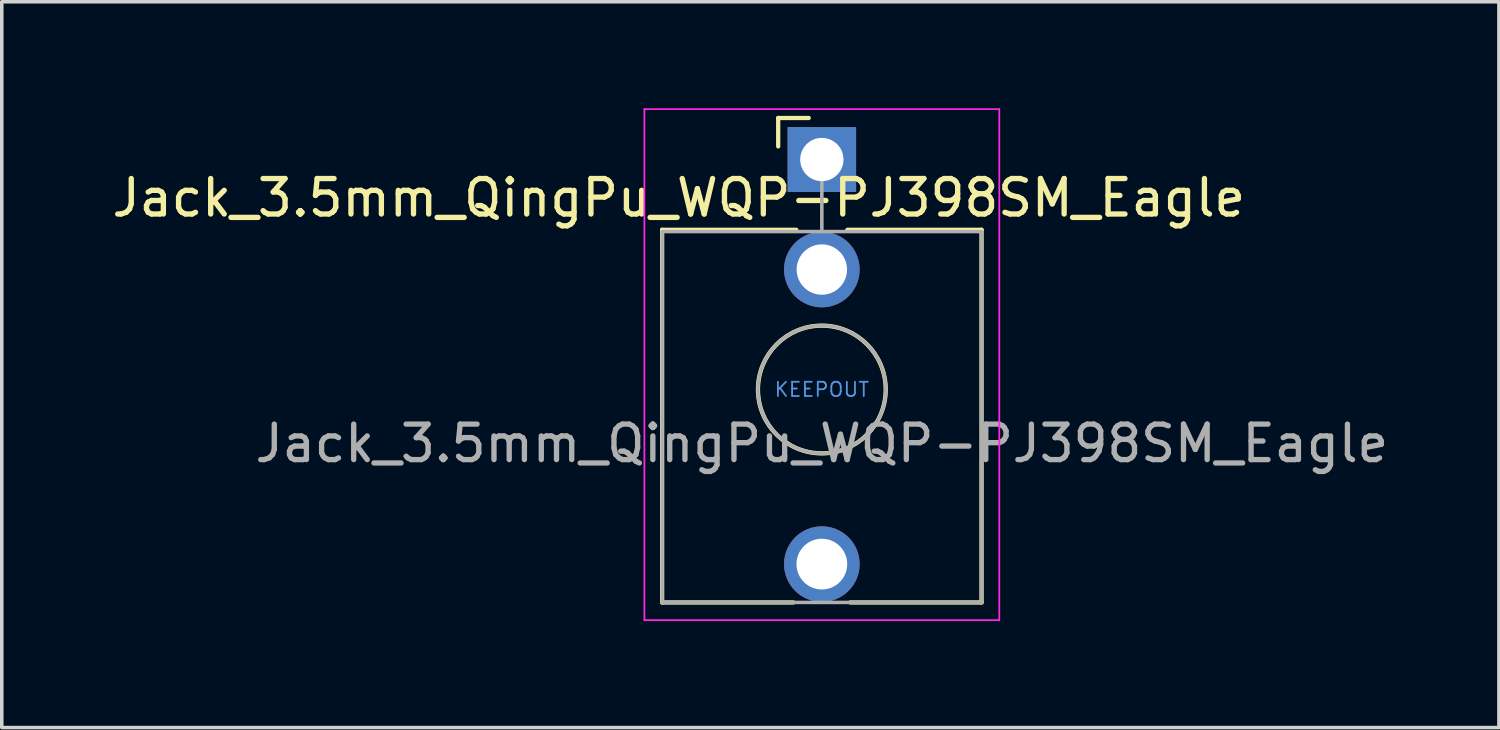
<source format=kicad_pcb>
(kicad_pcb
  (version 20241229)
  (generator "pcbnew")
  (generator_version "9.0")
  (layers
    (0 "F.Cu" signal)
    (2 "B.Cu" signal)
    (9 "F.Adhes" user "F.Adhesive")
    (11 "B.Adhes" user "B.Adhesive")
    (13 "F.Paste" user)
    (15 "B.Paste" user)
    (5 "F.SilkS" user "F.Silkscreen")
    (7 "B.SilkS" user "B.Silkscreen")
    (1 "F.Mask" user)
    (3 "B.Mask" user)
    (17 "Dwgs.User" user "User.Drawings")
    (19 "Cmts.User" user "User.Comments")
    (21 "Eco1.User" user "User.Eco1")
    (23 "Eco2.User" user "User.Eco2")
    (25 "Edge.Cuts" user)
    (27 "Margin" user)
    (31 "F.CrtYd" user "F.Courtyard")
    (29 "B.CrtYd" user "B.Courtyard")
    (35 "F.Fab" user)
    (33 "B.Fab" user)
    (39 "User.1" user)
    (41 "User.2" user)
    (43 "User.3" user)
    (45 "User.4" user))
  (footprint "Jack_3.5mm_QingPu_WQP-PJ398SM_Eagle"
    (layer "F.Cu")
    (at 20.107 1.445)
    (property "Reference" "Jack_3.5mm_QingPu_WQP-PJ398SM_Eagle" (at -4.03 1.08 180) (layer "F.SilkS") (effects (font (size 1 1) (thickness 0.15))))
    (attr through_hole)
    (fp_line (start -4.5 1.98) (end -4.5 12.48) (stroke (width 0.12) (type solid)) (layer "F.SilkS"))
    (fp_line (start -1.23 -1.17) (end -1.23 -0.37) (stroke (width 0.12) (type solid)) (layer "F.SilkS"))
    (fp_line (start -1.23 -1.17) (end -0.37 -1.17) (stroke (width 0.12) (type solid)) (layer "F.SilkS"))
    (fp_line (start -0.8 12.48) (end -4.5 12.48) (stroke (width 0.12) (type solid)) (layer "F.SilkS"))
    (fp_line (start -0.72 1.98) (end -4.5 1.98) (stroke (width 0.12) (type solid)) (layer "F.SilkS"))
    (fp_line (start 4.5 1.98) (end 0.72 1.98) (stroke (width 0.12) (type solid)) (layer "F.SilkS"))
    (fp_line (start 4.5 1.98) (end 4.5 12.48) (stroke (width 0.12) (type solid)) (layer "F.SilkS"))
    (fp_line (start 4.5 12.48) (end 0.8 12.48) (stroke (width 0.12) (type solid)) (layer "F.SilkS"))
    (fp_circle (center 0 6.48) (end 1.8 6.48) (stroke (width 0.12) (type solid)) (fill no) (layer "F.SilkS"))
    (fp_line (start -5 12.98) (end -5 -1.42) (stroke (width 0.05) (type solid)) (layer "F.CrtYd"))
    (fp_line (start 5 -1.42) (end -5 -1.42) (stroke (width 0.05) (type solid)) (layer "F.CrtYd"))
    (fp_line (start 5 12.98) (end -5 12.98) (stroke (width 0.05) (type solid)) (layer "F.CrtYd"))
    (fp_line (start 5 12.98) (end 5 -1.42) (stroke (width 0.05) (type solid)) (layer "F.CrtYd"))
    (fp_line (start -4.5 12.48) (end -4.5 2.08) (stroke (width 0.1) (type solid)) (layer "F.Fab"))
    (fp_line (start 0 0) (end 0 2.03) (stroke (width 0.1) (type solid)) (layer "F.Fab"))
    (fp_line (start 4.5 2.03) (end -4.5 2.03) (stroke (width 0.1) (type solid)) (layer "F.Fab"))
    (fp_line (start 4.5 12.48) (end -4.5 12.48) (stroke (width 0.1) (type solid)) (layer "F.Fab"))
    (fp_line (start 4.5 12.48) (end 4.5 2.08) (stroke (width 0.1) (type solid)) (layer "F.Fab"))
    (fp_circle (center 0 6.48) (end 1.8 6.48) (stroke (width 0.1) (type solid)) (fill no) (layer "F.Fab"))
    (fp_text user "KEEPOUT" (at 0 6.48 0) (layer "Cmts.User") (effects (font (size 0.4 0.4) (thickness 0.051))))
    (fp_text user "${REFERENCE}" (at 0 8 180) (layer "F.Fab") (effects (font (size 1 1) (thickness 0.15))))
    (pad "GND1" thru_hole rect (at 0 0 180) (size 1.93 1.83) (drill 1.22) (layers "*.Cu" "*.Mask"))
    (pad "SWITCH" thru_hole circle (at 0 3.1 180) (size 2.13 2.13) (drill 1.42) (layers "*.Cu" "*.Mask"))
    (pad "TIP" thru_hole circle (at 0 11.4 180) (size 2.13 2.13) (drill 1.43) (layers "*.Cu" "*.Mask"))
    (zone (net_name "") (layer "F.Cu") (hatch full 0.508) (connect_pads) (min_thickness 0.254) (filled_areas_thickness no) (keepout (tracks not_allowed) (vias not_allowed) (pads not_allowed) (copperpour not_allowed) (footprints not_allowed)) (placement (enabled no)) (fill) (polygon (pts (xy 21.613 7.925) (xy 21.592 7.679) (xy 21.532 7.44) (xy 21.434 7.214) (xy 21.3 7.007) (xy 21.134 6.824) (xy 20.94 6.671) (xy 20.724 6.552) (xy 20.492 6.47) (xy 20.249 6.427) (xy 20.002 6.424) (xy 19.759 6.461) (xy 19.524 6.537) (xy 19.305 6.651) (xy 19.108 6.799) (xy 18.938 6.978) (xy 18.799 7.182) (xy 18.695 7.405) (xy 18.629 7.643) (xy 18.603 7.888) (xy 18.617 8.134) (xy 18.671 8.375) (xy 18.764 8.604) (xy 18.893 8.814) (xy 19.054 9) (xy 19.244 9.158) (xy 19.457 9.282) (xy 19.687 9.37) (xy 19.929 9.42) (xy 20.176 9.429) (xy 20.42 9.397) (xy 20.657 9.326) (xy 20.878 9.218) (xy 21.079 9.075) (xy 21.254 8.901) (xy 21.398 8.7) (xy 21.507 8.479) (xy 21.579 8.243) (xy 21.611 7.999)))))
  (gr_rect
    (start -3 -3)
    (end 39.185 17.45)
    (stroke (width 0.1) (type default))
    (fill no)
    (layer "Edge.Cuts")))
</source>
